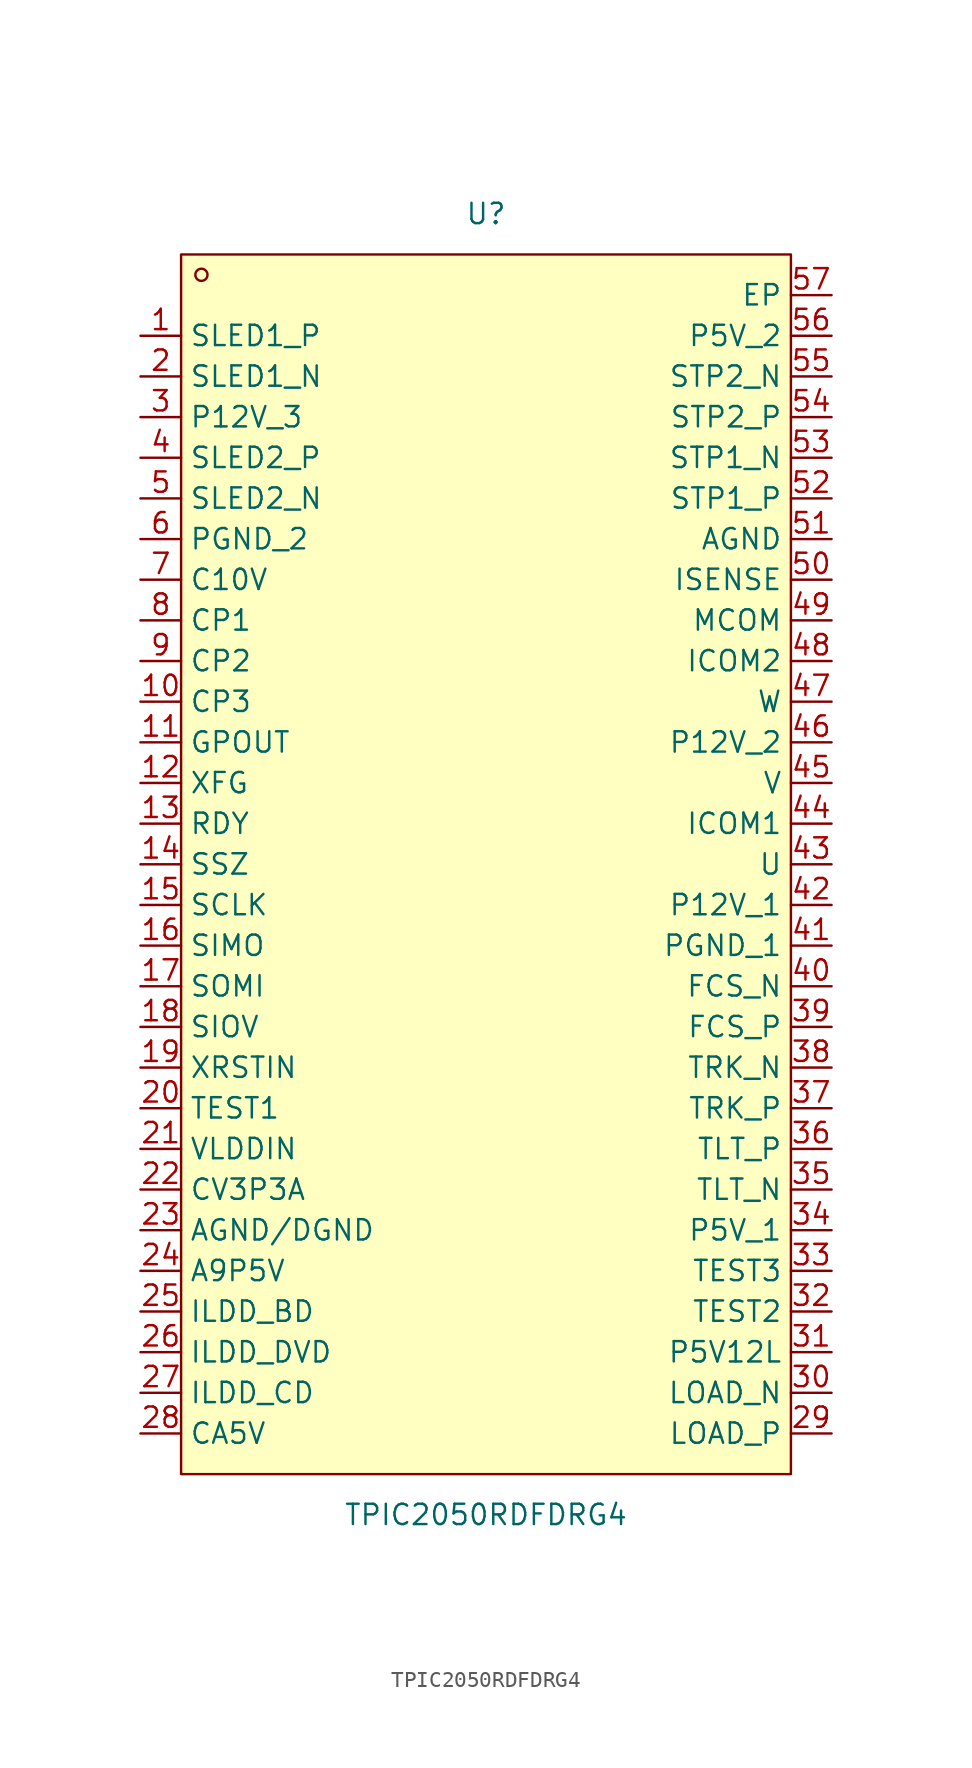
<source format=kicad_sym>
(kicad_symbol_lib
  (version 20241209)
  (generator "kicad_symbol_editor")
  (generator_version "9.0")
  (symbol "TPIC2050RDFDRG4"
    (property "Reference" "U"
      (at 0 40.64 0)
      (effects (font (size 1.27 1.27))))
    (property "Value" "TPIC2050RDFDRG4"
      (at 0 -40.64 0)
      (effects (font (size 1.27 1.27))))
    (symbol "TPIC2050RDFDRG4_0_1"
      (rectangle (start -19.05 38.1) (end 19.05 -38.1) (stroke (width 0) (type default)) (fill (type background)))
      (circle (center -17.78 36.83) (radius 0.38) (stroke (width 0) (type default)) (fill (type none)))
      (pin unspecified line (at -21.59 33.02 0) (length 2.54) (name "SLED1_P" (effects (font (size 1.27 1.27)))) (number "1" (effects (font (size 1.27 1.27)))))
      (pin unspecified line (at -21.59 30.48 0) (length 2.54) (name "SLED1_N" (effects (font (size 1.27 1.27)))) (number "2" (effects (font (size 1.27 1.27)))))
      (pin unspecified line (at -21.59 27.94 0) (length 2.54) (name "P12V_3" (effects (font (size 1.27 1.27)))) (number "3" (effects (font (size 1.27 1.27)))))
      (pin unspecified line (at -21.59 25.4 0) (length 2.54) (name "SLED2_P" (effects (font (size 1.27 1.27)))) (number "4" (effects (font (size 1.27 1.27)))))
      (pin unspecified line (at -21.59 22.86 0) (length 2.54) (name "SLED2_N" (effects (font (size 1.27 1.27)))) (number "5" (effects (font (size 1.27 1.27)))))
      (pin unspecified line (at -21.59 20.32 0) (length 2.54) (name "PGND_2" (effects (font (size 1.27 1.27)))) (number "6" (effects (font (size 1.27 1.27)))))
      (pin unspecified line (at -21.59 17.78 0) (length 2.54) (name "C10V" (effects (font (size 1.27 1.27)))) (number "7" (effects (font (size 1.27 1.27)))))
      (pin unspecified line (at -21.59 15.24 0) (length 2.54) (name "CP1" (effects (font (size 1.27 1.27)))) (number "8" (effects (font (size 1.27 1.27)))))
      (pin unspecified line (at -21.59 12.7 0) (length 2.54) (name "CP2" (effects (font (size 1.27 1.27)))) (number "9" (effects (font (size 1.27 1.27)))))
      (pin unspecified line (at -21.59 10.16 0) (length 2.54) (name "CP3" (effects (font (size 1.27 1.27)))) (number "10" (effects (font (size 1.27 1.27)))))
      (pin unspecified line (at -21.59 7.62 0) (length 2.54) (name "GPOUT" (effects (font (size 1.27 1.27)))) (number "11" (effects (font (size 1.27 1.27)))))
      (pin unspecified line (at -21.59 5.08 0) (length 2.54) (name "XFG" (effects (font (size 1.27 1.27)))) (number "12" (effects (font (size 1.27 1.27)))))
      (pin unspecified line (at -21.59 2.54 0) (length 2.54) (name "RDY" (effects (font (size 1.27 1.27)))) (number "13" (effects (font (size 1.27 1.27)))))
      (pin unspecified line (at -21.59 0 0) (length 2.54) (name "SSZ" (effects (font (size 1.27 1.27)))) (number "14" (effects (font (size 1.27 1.27)))))
      (pin unspecified line (at -21.59 -2.54 0) (length 2.54) (name "SCLK" (effects (font (size 1.27 1.27)))) (number "15" (effects (font (size 1.27 1.27)))))
      (pin unspecified line (at -21.59 -5.08 0) (length 2.54) (name "SIMO" (effects (font (size 1.27 1.27)))) (number "16" (effects (font (size 1.27 1.27)))))
      (pin unspecified line (at -21.59 -7.62 0) (length 2.54) (name "SOMI" (effects (font (size 1.27 1.27)))) (number "17" (effects (font (size 1.27 1.27)))))
      (pin unspecified line (at -21.59 -10.16 0) (length 2.54) (name "SIOV" (effects (font (size 1.27 1.27)))) (number "18" (effects (font (size 1.27 1.27)))))
      (pin unspecified line (at -21.59 -12.7 0) (length 2.54) (name "XRSTIN" (effects (font (size 1.27 1.27)))) (number "19" (effects (font (size 1.27 1.27)))))
      (pin unspecified line (at -21.59 -15.24 0) (length 2.54) (name "TEST1" (effects (font (size 1.27 1.27)))) (number "20" (effects (font (size 1.27 1.27)))))
      (pin unspecified line (at -21.59 -17.78 0) (length 2.54) (name "VLDDIN" (effects (font (size 1.27 1.27)))) (number "21" (effects (font (size 1.27 1.27)))))
      (pin unspecified line (at -21.59 -20.32 0) (length 2.54) (name "CV3P3A" (effects (font (size 1.27 1.27)))) (number "22" (effects (font (size 1.27 1.27)))))
      (pin unspecified line (at -21.59 -22.86 0) (length 2.54) (name "AGND/DGND" (effects (font (size 1.27 1.27)))) (number "23" (effects (font (size 1.27 1.27)))))
      (pin unspecified line (at -21.59 -25.4 0) (length 2.54) (name "A9P5V" (effects (font (size 1.27 1.27)))) (number "24" (effects (font (size 1.27 1.27)))))
      (pin unspecified line (at -21.59 -27.94 0) (length 2.54) (name "ILDD_BD" (effects (font (size 1.27 1.27)))) (number "25" (effects (font (size 1.27 1.27)))))
      (pin unspecified line (at -21.59 -30.48 0) (length 2.54) (name "ILDD_DVD" (effects (font (size 1.27 1.27)))) (number "26" (effects (font (size 1.27 1.27)))))
      (pin unspecified line (at -21.59 -33.02 0) (length 2.54) (name "ILDD_CD" (effects (font (size 1.27 1.27)))) (number "27" (effects (font (size 1.27 1.27)))))
      (pin unspecified line (at -21.59 -35.56 0) (length 2.54) (name "CA5V" (effects (font (size 1.27 1.27)))) (number "28" (effects (font (size 1.27 1.27)))))
      (pin unspecified line (at 21.59 35.56 180) (length 2.54) (name "EP" (effects (font (size 1.27 1.27)))) (number "57" (effects (font (size 1.27 1.27)))))
      (pin unspecified line (at 21.59 33.02 180) (length 2.54) (name "P5V_2" (effects (font (size 1.27 1.27)))) (number "56" (effects (font (size 1.27 1.27)))))
      (pin unspecified line (at 21.59 30.48 180) (length 2.54) (name "STP2_N" (effects (font (size 1.27 1.27)))) (number "55" (effects (font (size 1.27 1.27)))))
      (pin unspecified line (at 21.59 27.94 180) (length 2.54) (name "STP2_P" (effects (font (size 1.27 1.27)))) (number "54" (effects (font (size 1.27 1.27)))))
      (pin unspecified line (at 21.59 25.4 180) (length 2.54) (name "STP1_N" (effects (font (size 1.27 1.27)))) (number "53" (effects (font (size 1.27 1.27)))))
      (pin unspecified line (at 21.59 22.86 180) (length 2.54) (name "STP1_P" (effects (font (size 1.27 1.27)))) (number "52" (effects (font (size 1.27 1.27)))))
      (pin unspecified line (at 21.59 20.32 180) (length 2.54) (name "AGND" (effects (font (size 1.27 1.27)))) (number "51" (effects (font (size 1.27 1.27)))))
      (pin unspecified line (at 21.59 17.78 180) (length 2.54) (name "ISENSE" (effects (font (size 1.27 1.27)))) (number "50" (effects (font (size 1.27 1.27)))))
      (pin unspecified line (at 21.59 15.24 180) (length 2.54) (name "MCOM" (effects (font (size 1.27 1.27)))) (number "49" (effects (font (size 1.27 1.27)))))
      (pin unspecified line (at 21.59 12.7 180) (length 2.54) (name "ICOM2" (effects (font (size 1.27 1.27)))) (number "48" (effects (font (size 1.27 1.27)))))
      (pin unspecified line (at 21.59 10.16 180) (length 2.54) (name "W" (effects (font (size 1.27 1.27)))) (number "47" (effects (font (size 1.27 1.27)))))
      (pin unspecified line (at 21.59 7.62 180) (length 2.54) (name "P12V_2" (effects (font (size 1.27 1.27)))) (number "46" (effects (font (size 1.27 1.27)))))
      (pin unspecified line (at 21.59 5.08 180) (length 2.54) (name "V" (effects (font (size 1.27 1.27)))) (number "45" (effects (font (size 1.27 1.27)))))
      (pin unspecified line (at 21.59 2.54 180) (length 2.54) (name "ICOM1" (effects (font (size 1.27 1.27)))) (number "44" (effects (font (size 1.27 1.27)))))
      (pin unspecified line (at 21.59 0 180) (length 2.54) (name "U" (effects (font (size 1.27 1.27)))) (number "43" (effects (font (size 1.27 1.27)))))
      (pin unspecified line (at 21.59 -2.54 180) (length 2.54) (name "P12V_1" (effects (font (size 1.27 1.27)))) (number "42" (effects (font (size 1.27 1.27)))))
      (pin unspecified line (at 21.59 -5.08 180) (length 2.54) (name "PGND_1" (effects (font (size 1.27 1.27)))) (number "41" (effects (font (size 1.27 1.27)))))
      (pin unspecified line (at 21.59 -7.62 180) (length 2.54) (name "FCS_N" (effects (font (size 1.27 1.27)))) (number "40" (effects (font (size 1.27 1.27)))))
      (pin unspecified line (at 21.59 -10.16 180) (length 2.54) (name "FCS_P" (effects (font (size 1.27 1.27)))) (number "39" (effects (font (size 1.27 1.27)))))
      (pin unspecified line (at 21.59 -12.7 180) (length 2.54) (name "TRK_N" (effects (font (size 1.27 1.27)))) (number "38" (effects (font (size 1.27 1.27)))))
      (pin unspecified line (at 21.59 -15.24 180) (length 2.54) (name "TRK_P" (effects (font (size 1.27 1.27)))) (number "37" (effects (font (size 1.27 1.27)))))
      (pin unspecified line (at 21.59 -17.78 180) (length 2.54) (name "TLT_P" (effects (font (size 1.27 1.27)))) (number "36" (effects (font (size 1.27 1.27)))))
      (pin unspecified line (at 21.59 -20.32 180) (length 2.54) (name "TLT_N" (effects (font (size 1.27 1.27)))) (number "35" (effects (font (size 1.27 1.27)))))
      (pin unspecified line (at 21.59 -22.86 180) (length 2.54) (name "P5V_1" (effects (font (size 1.27 1.27)))) (number "34" (effects (font (size 1.27 1.27)))))
      (pin unspecified line (at 21.59 -25.4 180) (length 2.54) (name "TEST3" (effects (font (size 1.27 1.27)))) (number "33" (effects (font (size 1.27 1.27)))))
      (pin unspecified line (at 21.59 -27.94 180) (length 2.54) (name "TEST2" (effects (font (size 1.27 1.27)))) (number "32" (effects (font (size 1.27 1.27)))))
      (pin unspecified line (at 21.59 -30.48 180) (length 2.54) (name "P5V12L" (effects (font (size 1.27 1.27)))) (number "31" (effects (font (size 1.27 1.27)))))
      (pin unspecified line (at 21.59 -33.02 180) (length 2.54) (name "LOAD_N" (effects (font (size 1.27 1.27)))) (number "30" (effects (font (size 1.27 1.27)))))
      (pin unspecified line (at 21.59 -35.56 180) (length 2.54) (name "LOAD_P" (effects (font (size 1.27 1.27)))) (number "29" (effects (font (size 1.27 1.27))))))))
</source>
